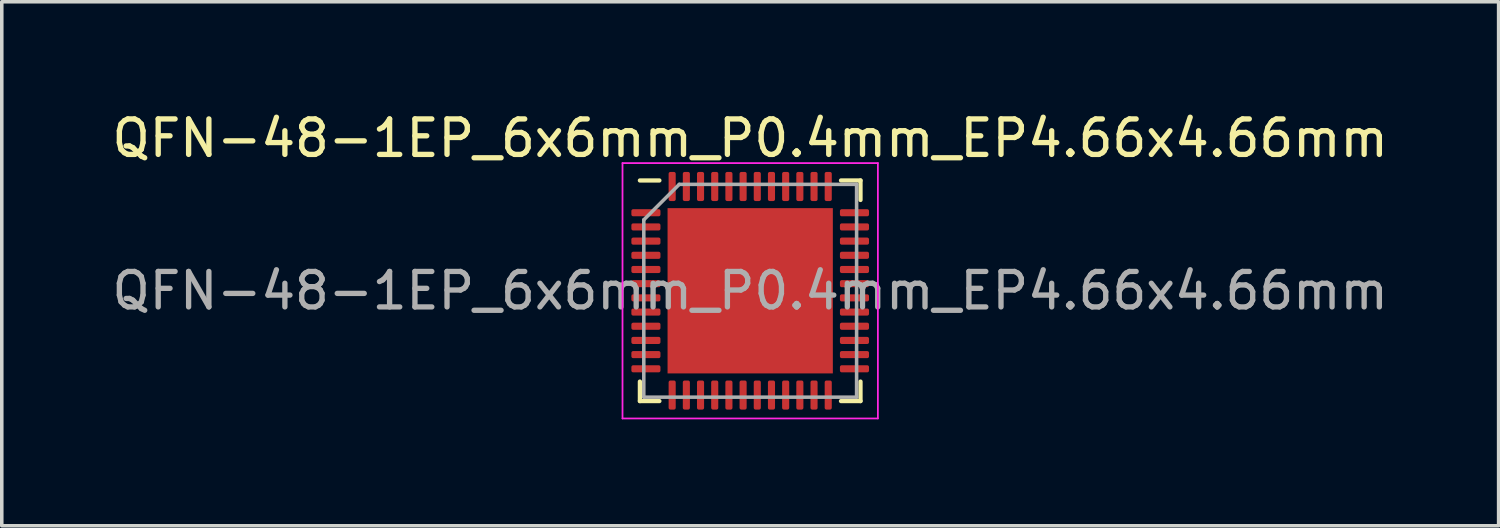
<source format=kicad_pcb>
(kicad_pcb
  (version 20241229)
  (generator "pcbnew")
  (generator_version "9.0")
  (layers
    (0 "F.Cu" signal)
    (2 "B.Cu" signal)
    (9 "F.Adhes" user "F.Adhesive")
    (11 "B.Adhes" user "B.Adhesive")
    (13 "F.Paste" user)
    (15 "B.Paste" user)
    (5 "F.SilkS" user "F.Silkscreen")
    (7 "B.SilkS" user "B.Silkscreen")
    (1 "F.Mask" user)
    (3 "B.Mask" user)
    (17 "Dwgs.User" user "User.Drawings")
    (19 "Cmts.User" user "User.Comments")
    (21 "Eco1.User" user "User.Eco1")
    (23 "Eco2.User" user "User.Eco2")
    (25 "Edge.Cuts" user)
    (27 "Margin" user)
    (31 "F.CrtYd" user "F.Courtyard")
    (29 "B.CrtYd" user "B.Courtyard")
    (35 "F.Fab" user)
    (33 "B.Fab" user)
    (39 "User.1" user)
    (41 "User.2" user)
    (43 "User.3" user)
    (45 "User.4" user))
  (footprint "QFN-48-1EP_6x6mm_P0.4mm_EP4.66x4.66mm"
    (layer "F.Cu")
    (at 18.101 5.148)
    (property "Reference" "QFN-48-1EP_6x6mm_P0.4mm_EP4.66x4.66mm" (at 0 -4.3 0) (layer "F.SilkS") (effects (font (size 1 1) (thickness 0.15))))
    (attr smd)
    (fp_line (start -3.11 3.11) (end -3.11 2.56) (stroke (width 0.12) (type solid)) (layer "F.SilkS"))
    (fp_line (start -2.56 -3.11) (end -3.11 -3.11) (stroke (width 0.12) (type solid)) (layer "F.SilkS"))
    (fp_line (start -2.56 3.11) (end -3.11 3.11) (stroke (width 0.12) (type solid)) (layer "F.SilkS"))
    (fp_line (start 2.56 -3.11) (end 3.11 -3.11) (stroke (width 0.12) (type solid)) (layer "F.SilkS"))
    (fp_line (start 2.56 3.11) (end 3.11 3.11) (stroke (width 0.12) (type solid)) (layer "F.SilkS"))
    (fp_line (start 3.11 -3.11) (end 3.11 -2.56) (stroke (width 0.12) (type solid)) (layer "F.SilkS"))
    (fp_line (start 3.11 3.11) (end 3.11 2.56) (stroke (width 0.12) (type solid)) (layer "F.SilkS"))
    (fp_line (start -3.6 -3.6) (end -3.6 3.6) (stroke (width 0.05) (type solid)) (layer "F.CrtYd"))
    (fp_line (start -3.6 3.6) (end 3.6 3.6) (stroke (width 0.05) (type solid)) (layer "F.CrtYd"))
    (fp_line (start 3.6 -3.6) (end -3.6 -3.6) (stroke (width 0.05) (type solid)) (layer "F.CrtYd"))
    (fp_line (start 3.6 3.6) (end 3.6 -3.6) (stroke (width 0.05) (type solid)) (layer "F.CrtYd"))
    (fp_line (start -3 -2) (end -2 -3) (stroke (width 0.1) (type solid)) (layer "F.Fab"))
    (fp_line (start -3 3) (end -3 -2) (stroke (width 0.1) (type solid)) (layer "F.Fab"))
    (fp_line (start -2 -3) (end 3 -3) (stroke (width 0.1) (type solid)) (layer "F.Fab"))
    (fp_line (start 3 -3) (end 3 3) (stroke (width 0.1) (type solid)) (layer "F.Fab"))
    (fp_line (start 3 3) (end -3 3) (stroke (width 0.1) (type solid)) (layer "F.Fab"))
    (fp_text user "${REFERENCE}" (at 0 0 0) (layer "F.Fab") (effects (font (size 1 1) (thickness 0.15))))
    (pad "" smd roundrect (at -1.55 -1.55) (size 1.25 1.25) (layers "F.Paste") (roundrect_rratio 0.2))
    (pad "" smd roundrect (at -1.55 0) (size 1.25 1.25) (layers "F.Paste") (roundrect_rratio 0.2))
    (pad "" smd roundrect (at -1.55 1.55) (size 1.25 1.25) (layers "F.Paste") (roundrect_rratio 0.2))
    (pad "" smd roundrect (at 0 -1.55) (size 1.25 1.25) (layers "F.Paste") (roundrect_rratio 0.2))
    (pad "" smd roundrect (at 0 0) (size 1.25 1.25) (layers "F.Paste") (roundrect_rratio 0.2))
    (pad "" smd roundrect (at 0 1.55) (size 1.25 1.25) (layers "F.Paste") (roundrect_rratio 0.2))
    (pad "" smd roundrect (at 1.55 -1.55) (size 1.25 1.25) (layers "F.Paste") (roundrect_rratio 0.2))
    (pad "" smd roundrect (at 1.55 0) (size 1.25 1.25) (layers "F.Paste") (roundrect_rratio 0.2))
    (pad "" smd roundrect (at 1.55 1.55) (size 1.25 1.25) (layers "F.Paste") (roundrect_rratio 0.2))
    (pad "1" smd roundrect (at -2.94 -2.2) (size 0.82 0.2) (layers "F.Cu" "F.Mask" "F.Paste") (roundrect_rratio 0.25))
    (pad "2" smd roundrect (at -2.94 -1.8) (size 0.82 0.2) (layers "F.Cu" "F.Mask" "F.Paste") (roundrect_rratio 0.25))
    (pad "3" smd roundrect (at -2.94 -1.4) (size 0.82 0.2) (layers "F.Cu" "F.Mask" "F.Paste") (roundrect_rratio 0.25))
    (pad "4" smd roundrect (at -2.94 -1) (size 0.82 0.2) (layers "F.Cu" "F.Mask" "F.Paste") (roundrect_rratio 0.25))
    (pad "5" smd roundrect (at -2.94 -0.6) (size 0.82 0.2) (layers "F.Cu" "F.Mask" "F.Paste") (roundrect_rratio 0.25))
    (pad "6" smd roundrect (at -2.94 -0.2) (size 0.82 0.2) (layers "F.Cu" "F.Mask" "F.Paste") (roundrect_rratio 0.25))
    (pad "7" smd roundrect (at -2.94 0.2) (size 0.82 0.2) (layers "F.Cu" "F.Mask" "F.Paste") (roundrect_rratio 0.25))
    (pad "8" smd roundrect (at -2.94 0.6) (size 0.82 0.2) (layers "F.Cu" "F.Mask" "F.Paste") (roundrect_rratio 0.25))
    (pad "9" smd roundrect (at -2.94 1) (size 0.82 0.2) (layers "F.Cu" "F.Mask" "F.Paste") (roundrect_rratio 0.25))
    (pad "10" smd roundrect (at -2.94 1.4) (size 0.82 0.2) (layers "F.Cu" "F.Mask" "F.Paste") (roundrect_rratio 0.25))
    (pad "11" smd roundrect (at -2.94 1.8) (size 0.82 0.2) (layers "F.Cu" "F.Mask" "F.Paste") (roundrect_rratio 0.25))
    (pad "12" smd roundrect (at -2.94 2.2) (size 0.82 0.2) (layers "F.Cu" "F.Mask" "F.Paste") (roundrect_rratio 0.25))
    (pad "13" smd roundrect (at -2.2 2.94) (size 0.2 0.82) (layers "F.Cu" "F.Mask" "F.Paste") (roundrect_rratio 0.25))
    (pad "14" smd roundrect (at -1.8 2.94) (size 0.2 0.82) (layers "F.Cu" "F.Mask" "F.Paste") (roundrect_rratio 0.25))
    (pad "15" smd roundrect (at -1.4 2.94) (size 0.2 0.82) (layers "F.Cu" "F.Mask" "F.Paste") (roundrect_rratio 0.25))
    (pad "16" smd roundrect (at -1 2.94) (size 0.2 0.82) (layers "F.Cu" "F.Mask" "F.Paste") (roundrect_rratio 0.25))
    (pad "17" smd roundrect (at -0.6 2.94) (size 0.2 0.82) (layers "F.Cu" "F.Mask" "F.Paste") (roundrect_rratio 0.25))
    (pad "18" smd roundrect (at -0.2 2.94) (size 0.2 0.82) (layers "F.Cu" "F.Mask" "F.Paste") (roundrect_rratio 0.25))
    (pad "19" smd roundrect (at 0.2 2.94) (size 0.2 0.82) (layers "F.Cu" "F.Mask" "F.Paste") (roundrect_rratio 0.25))
    (pad "20" smd roundrect (at 0.6 2.94) (size 0.2 0.82) (layers "F.Cu" "F.Mask" "F.Paste") (roundrect_rratio 0.25))
    (pad "21" smd roundrect (at 1 2.94) (size 0.2 0.82) (layers "F.Cu" "F.Mask" "F.Paste") (roundrect_rratio 0.25))
    (pad "22" smd roundrect (at 1.4 2.94) (size 0.2 0.82) (layers "F.Cu" "F.Mask" "F.Paste") (roundrect_rratio 0.25))
    (pad "23" smd roundrect (at 1.8 2.94) (size 0.2 0.82) (layers "F.Cu" "F.Mask" "F.Paste") (roundrect_rratio 0.25))
    (pad "24" smd roundrect (at 2.2 2.94) (size 0.2 0.82) (layers "F.Cu" "F.Mask" "F.Paste") (roundrect_rratio 0.25))
    (pad "25" smd roundrect (at 2.94 2.2) (size 0.82 0.2) (layers "F.Cu" "F.Mask" "F.Paste") (roundrect_rratio 0.25))
    (pad "26" smd roundrect (at 2.94 1.8) (size 0.82 0.2) (layers "F.Cu" "F.Mask" "F.Paste") (roundrect_rratio 0.25))
    (pad "27" smd roundrect (at 2.94 1.4) (size 0.82 0.2) (layers "F.Cu" "F.Mask" "F.Paste") (roundrect_rratio 0.25))
    (pad "28" smd roundrect (at 2.94 1) (size 0.82 0.2) (layers "F.Cu" "F.Mask" "F.Paste") (roundrect_rratio 0.25))
    (pad "29" smd roundrect (at 2.94 0.6) (size 0.82 0.2) (layers "F.Cu" "F.Mask" "F.Paste") (roundrect_rratio 0.25))
    (pad "30" smd roundrect (at 2.94 0.2) (size 0.82 0.2) (layers "F.Cu" "F.Mask" "F.Paste") (roundrect_rratio 0.25))
    (pad "31" smd roundrect (at 2.94 -0.2) (size 0.82 0.2) (layers "F.Cu" "F.Mask" "F.Paste") (roundrect_rratio 0.25))
    (pad "32" smd roundrect (at 2.94 -0.6) (size 0.82 0.2) (layers "F.Cu" "F.Mask" "F.Paste") (roundrect_rratio 0.25))
    (pad "33" smd roundrect (at 2.94 -1) (size 0.82 0.2) (layers "F.Cu" "F.Mask" "F.Paste") (roundrect_rratio 0.25))
    (pad "34" smd roundrect (at 2.94 -1.4) (size 0.82 0.2) (layers "F.Cu" "F.Mask" "F.Paste") (roundrect_rratio 0.25))
    (pad "35" smd roundrect (at 2.94 -1.8) (size 0.82 0.2) (layers "F.Cu" "F.Mask" "F.Paste") (roundrect_rratio 0.25))
    (pad "36" smd roundrect (at 2.94 -2.2) (size 0.82 0.2) (layers "F.Cu" "F.Mask" "F.Paste") (roundrect_rratio 0.25))
    (pad "37" smd roundrect (at 2.2 -2.94) (size 0.2 0.82) (layers "F.Cu" "F.Mask" "F.Paste") (roundrect_rratio 0.25))
    (pad "38" smd roundrect (at 1.8 -2.94) (size 0.2 0.82) (layers "F.Cu" "F.Mask" "F.Paste") (roundrect_rratio 0.25))
    (pad "39" smd roundrect (at 1.4 -2.94) (size 0.2 0.82) (layers "F.Cu" "F.Mask" "F.Paste") (roundrect_rratio 0.25))
    (pad "40" smd roundrect (at 1 -2.94) (size 0.2 0.82) (layers "F.Cu" "F.Mask" "F.Paste") (roundrect_rratio 0.25))
    (pad "41" smd roundrect (at 0.6 -2.94) (size 0.2 0.82) (layers "F.Cu" "F.Mask" "F.Paste") (roundrect_rratio 0.25))
    (pad "42" smd roundrect (at 0.2 -2.94) (size 0.2 0.82) (layers "F.Cu" "F.Mask" "F.Paste") (roundrect_rratio 0.25))
    (pad "43" smd roundrect (at -0.2 -2.94) (size 0.2 0.82) (layers "F.Cu" "F.Mask" "F.Paste") (roundrect_rratio 0.25))
    (pad "44" smd roundrect (at -0.6 -2.94) (size 0.2 0.82) (layers "F.Cu" "F.Mask" "F.Paste") (roundrect_rratio 0.25))
    (pad "45" smd roundrect (at -1 -2.94) (size 0.2 0.82) (layers "F.Cu" "F.Mask" "F.Paste") (roundrect_rratio 0.25))
    (pad "46" smd roundrect (at -1.4 -2.94) (size 0.2 0.82) (layers "F.Cu" "F.Mask" "F.Paste") (roundrect_rratio 0.25))
    (pad "47" smd roundrect (at -1.8 -2.94) (size 0.2 0.82) (layers "F.Cu" "F.Mask" "F.Paste") (roundrect_rratio 0.25))
    (pad "48" smd roundrect (at -2.2 -2.94) (size 0.2 0.82) (layers "F.Cu" "F.Mask" "F.Paste") (roundrect_rratio 0.25))
    (pad "49" smd rect (at 0 0) (size 4.66 4.66) (layers "F.Cu" "F.Mask")))
  (gr_rect
    (start -3 -3)
    (end 39.202 11.773)
    (stroke (width 0.1) (type default))
    (fill no)
    (layer "Edge.Cuts")))
</source>
